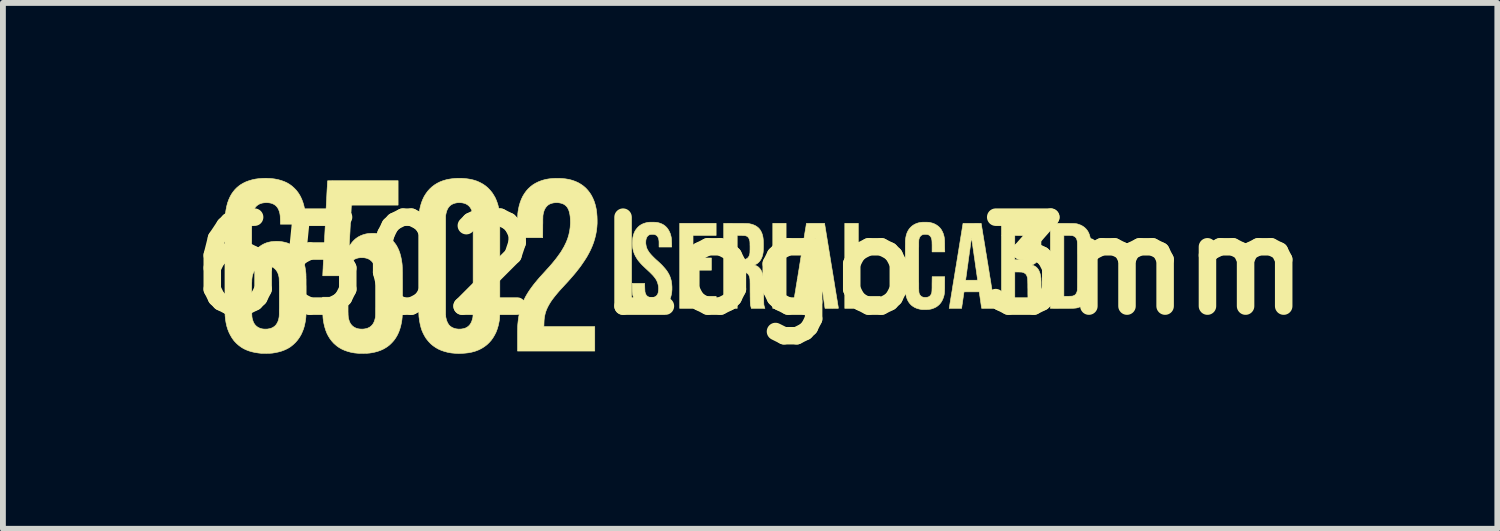
<source format=kicad_pcb>
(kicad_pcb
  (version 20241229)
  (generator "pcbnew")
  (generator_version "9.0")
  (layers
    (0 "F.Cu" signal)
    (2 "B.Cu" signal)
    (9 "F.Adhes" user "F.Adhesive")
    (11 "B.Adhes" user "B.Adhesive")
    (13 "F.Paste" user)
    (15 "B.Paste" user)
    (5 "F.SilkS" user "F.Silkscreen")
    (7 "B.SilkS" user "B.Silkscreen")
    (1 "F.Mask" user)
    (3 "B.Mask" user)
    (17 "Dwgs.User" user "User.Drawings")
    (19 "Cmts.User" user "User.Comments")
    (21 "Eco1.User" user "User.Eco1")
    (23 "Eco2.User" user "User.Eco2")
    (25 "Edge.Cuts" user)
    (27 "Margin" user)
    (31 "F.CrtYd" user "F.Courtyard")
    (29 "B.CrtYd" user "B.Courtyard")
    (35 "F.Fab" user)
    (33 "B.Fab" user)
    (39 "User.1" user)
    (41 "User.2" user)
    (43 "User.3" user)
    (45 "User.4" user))
  (footprint "6502 Logo 3mm"
    (layer "F.Cu")
    (at 9.804 1.506)
    (property "Reference" "6502 Logo 3mm" (at 0 0 0) (layer "F.SilkS") (effects (font (size 1.524 1.524) (thickness 0.3))))
    (attr through_hole)
    (fp_poly (pts (xy 0.617 0.729) (xy 0.389 0.729) (xy 0.389 -0.729) (xy 0.617 -0.729) (xy 0.617 0.729)) (stroke (width 0.01) (type solid)) (fill yes) (layer "F.SilkS"))
    (fp_poly (pts (xy 1.854 0.521) (xy 2.23 0.521) (xy 2.23 0.729) (xy 1.623 0.729) (xy 1.623 -0.729) (xy 1.854 -0.729) (xy 1.854 0.521)) (stroke (width 0.01) (type solid)) (fill yes) (layer "F.SilkS"))
    (fp_poly (pts (xy -0.582 -0.521) (xy -0.978 -0.521) (xy -0.978 -0.135) (xy -0.663 -0.135) (xy -0.663 0.074) (xy -0.978 0.074) (xy -0.978 0.521) (xy -0.582 0.521) (xy -0.582 0.729) (xy -1.206 0.729) (xy -1.206 -0.729) (xy -0.582 -0.729) (xy -0.582 -0.521)) (stroke (width 0.01) (type solid)) (fill yes) (layer "F.SilkS"))
    (fp_poly (pts (xy 1.394 -0.004) (xy 1.404 0.056) (xy 1.414 0.114) (xy 1.423 0.171) (xy 1.432 0.227) (xy 1.441 0.281) (xy 1.449 0.332) (xy 1.457 0.382) (xy 1.465 0.428) (xy 1.472 0.473) (xy 1.479 0.514) (xy 1.485 0.552) (xy 1.491 0.587) (xy 1.496 0.618) (xy 1.5 0.646) (xy 1.504 0.67) (xy 1.508 0.69) (xy 1.51 0.705) (xy 1.512 0.717) (xy 1.513 0.723) (xy 1.513 0.725) (xy 1.513 0.726) (xy 1.513 0.726) (xy 1.511 0.727) (xy 1.507 0.728) (xy 1.501 0.728) (xy 1.493 0.728) (xy 1.482 0.729) (xy 1.468 0.729) (xy 1.449 0.729) (xy 1.427 0.729) (xy 1.4 0.728) (xy 1.399 0.728) (xy 1.284 0.728) (xy 1.264 0.586) (xy 1.244 0.445) (xy 1.114 0.445) (xy 1.083 0.445) (xy 1.058 0.445) (xy 1.036 0.445) (xy 1.019 0.445) (xy 1.006 0.445) (xy 0.996 0.446) (xy 0.989 0.446) (xy 0.985 0.447) (xy 0.983 0.447) (xy 0.982 0.448) (xy 0.982 0.451) (xy 0.981 0.458) (xy 0.979 0.47) (xy 0.976 0.485) (xy 0.974 0.504) (xy 0.971 0.525) (xy 0.967 0.548) (xy 0.964 0.574) (xy 0.961 0.59) (xy 0.941 0.729) (xy 0.835 0.729) (xy 0.812 0.729) (xy 0.791 0.729) (xy 0.773 0.729) (xy 0.756 0.728) (xy 0.744 0.728) (xy 0.734 0.728) (xy 0.73 0.727) (xy 0.729 0.727) (xy 0.729 0.725) (xy 0.731 0.717) (xy 0.733 0.705) (xy 0.735 0.689) (xy 0.739 0.668) (xy 0.743 0.643) (xy 0.747 0.615) (xy 0.752 0.583) (xy 0.758 0.547) (xy 0.764 0.508) (xy 0.771 0.466) (xy 0.779 0.422) (xy 0.786 0.374) (xy 0.794 0.324) (xy 0.803 0.272) (xy 0.807 0.246) (xy 1.011 0.246) (xy 1.216 0.246) (xy 1.21 0.206) (xy 1.207 0.183) (xy 1.203 0.156) (xy 1.199 0.127) (xy 1.195 0.096) (xy 1.19 0.063) (xy 1.185 0.028) (xy 1.18 -0.008) (xy 1.175 -0.045) (xy 1.17 -0.082) (xy 1.164 -0.12) (xy 1.159 -0.157) (xy 1.154 -0.194) (xy 1.149 -0.23) (xy 1.144 -0.265) (xy 1.139 -0.298) (xy 1.134 -0.33) (xy 1.13 -0.359) (xy 1.126 -0.386) (xy 1.123 -0.41) (xy 1.12 -0.43) (xy 1.117 -0.447) (xy 1.116 -0.461) (xy 1.114 -0.47) (xy 1.113 -0.474) (xy 1.113 -0.475) (xy 1.111 -0.474) (xy 1.111 -0.474) (xy 1.11 -0.472) (xy 1.109 -0.464) (xy 1.107 -0.453) (xy 1.105 -0.437) (xy 1.102 -0.418) (xy 1.099 -0.395) (xy 1.095 -0.369) (xy 1.091 -0.341) (xy 1.087 -0.311) (xy 1.083 -0.278) (xy 1.078 -0.245) (xy 1.073 -0.209) (xy 1.068 -0.173) (xy 1.063 -0.137) (xy 1.058 -0.1) (xy 1.052 -0.063) (xy 1.047 -0.027) (xy 1.042 0.008) (xy 1.038 0.042) (xy 1.033 0.075) (xy 1.029 0.105) (xy 1.025 0.134) (xy 1.022 0.159) (xy 1.019 0.182) (xy 1.016 0.202) (xy 1.014 0.218) (xy 1.012 0.23) (xy 1.011 0.238) (xy 1.011 0.241) (xy 1.011 0.246) (xy 0.807 0.246) (xy 0.812 0.218) (xy 0.821 0.162) (xy 0.83 0.105) (xy 0.84 0.046) (xy 0.847 -0.000164) (xy 0.857 -0.06) (xy 0.866 -0.119) (xy 0.876 -0.176) (xy 0.885 -0.232) (xy 0.893 -0.285) (xy 0.902 -0.337) (xy 0.91 -0.386) (xy 0.917 -0.433) (xy 0.925 -0.477) (xy 0.931 -0.518) (xy 0.937 -0.556) (xy 0.943 -0.591) (xy 0.948 -0.622) (xy 0.953 -0.65) (xy 0.957 -0.674) (xy 0.96 -0.693) (xy 0.962 -0.709) (xy 0.964 -0.72) (xy 0.965 -0.726) (xy 0.965 -0.727) (xy 0.968 -0.728) (xy 0.975 -0.728) (xy 0.986 -0.728) (xy 1.001 -0.728) (xy 1.02 -0.729) (xy 1.041 -0.729) (xy 1.065 -0.729) (xy 1.091 -0.729) (xy 1.118 -0.729) (xy 1.276 -0.729) (xy 1.394 -0.004)) (stroke (width 0.01) (type solid)) (fill yes) (layer "F.SilkS"))
    (fp_poly (pts (xy 5.355 -0.728) (xy 5.394 -0.728) (xy 5.428 -0.728) (xy 5.458 -0.728) (xy 5.483 -0.727) (xy 5.506 -0.727) (xy 5.525 -0.727) (xy 5.541 -0.726) (xy 5.555 -0.726) (xy 5.567 -0.725) (xy 5.577 -0.724) (xy 5.586 -0.723) (xy 5.594 -0.721) (xy 5.602 -0.72) (xy 5.609 -0.718) (xy 5.617 -0.716) (xy 5.625 -0.713) (xy 5.631 -0.711) (xy 5.667 -0.698) (xy 5.7 -0.68) (xy 5.73 -0.659) (xy 5.756 -0.634) (xy 5.779 -0.606) (xy 5.798 -0.574) (xy 5.798 -0.573) (xy 5.804 -0.56) (xy 5.811 -0.543) (xy 5.817 -0.525) (xy 5.822 -0.507) (xy 5.827 -0.49) (xy 5.828 -0.485) (xy 5.829 -0.479) (xy 5.83 -0.472) (xy 5.831 -0.466) (xy 5.832 -0.46) (xy 5.833 -0.453) (xy 5.834 -0.446) (xy 5.835 -0.438) (xy 5.835 -0.428) (xy 5.836 -0.418) (xy 5.836 -0.405) (xy 5.837 -0.391) (xy 5.837 -0.375) (xy 5.837 -0.356) (xy 5.838 -0.334) (xy 5.838 -0.31) (xy 5.838 -0.282) (xy 5.838 -0.251) (xy 5.838 -0.217) (xy 5.838 -0.178) (xy 5.838 -0.135) (xy 5.838 -0.088) (xy 5.838 -0.036) (xy 5.838 0) (xy 5.838 0.055) (xy 5.838 0.105) (xy 5.838 0.151) (xy 5.838 0.192) (xy 5.838 0.229) (xy 5.838 0.262) (xy 5.838 0.292) (xy 5.838 0.319) (xy 5.838 0.342) (xy 5.837 0.363) (xy 5.837 0.381) (xy 5.837 0.396) (xy 5.836 0.41) (xy 5.836 0.422) (xy 5.835 0.432) (xy 5.835 0.441) (xy 5.834 0.449) (xy 5.833 0.456) (xy 5.832 0.462) (xy 5.831 0.468) (xy 5.83 0.474) (xy 5.829 0.481) (xy 5.828 0.485) (xy 5.824 0.5) (xy 5.819 0.518) (xy 5.813 0.536) (xy 5.806 0.554) (xy 5.8 0.568) (xy 5.798 0.573) (xy 5.779 0.605) (xy 5.757 0.633) (xy 5.731 0.658) (xy 5.701 0.68) (xy 5.668 0.697) (xy 5.632 0.711) (xy 5.631 0.711) (xy 5.622 0.714) (xy 5.614 0.716) (xy 5.607 0.719) (xy 5.599 0.72) (xy 5.591 0.722) (xy 5.583 0.723) (xy 5.574 0.724) (xy 5.563 0.725) (xy 5.55 0.726) (xy 5.536 0.727) (xy 5.518 0.727) (xy 5.498 0.727) (xy 5.475 0.728) (xy 5.447 0.728) (xy 5.416 0.728) (xy 5.38 0.728) (xy 5.355 0.728) (xy 5.146 0.729) (xy 5.146 -0.521) (xy 5.377 -0.521) (xy 5.377 0.521) (xy 5.445 0.521) (xy 5.467 0.521) (xy 5.485 0.52) (xy 5.499 0.52) (xy 5.51 0.519) (xy 5.518 0.519) (xy 5.525 0.517) (xy 5.528 0.517) (xy 5.549 0.509) (xy 5.567 0.499) (xy 5.581 0.485) (xy 5.592 0.468) (xy 5.601 0.447) (xy 5.605 0.43) (xy 5.606 0.428) (xy 5.606 0.424) (xy 5.607 0.42) (xy 5.607 0.416) (xy 5.608 0.41) (xy 5.608 0.403) (xy 5.608 0.394) (xy 5.608 0.383) (xy 5.609 0.371) (xy 5.609 0.356) (xy 5.609 0.338) (xy 5.609 0.318) (xy 5.609 0.294) (xy 5.609 0.268) (xy 5.609 0.238) (xy 5.61 0.204) (xy 5.61 0.166) (xy 5.61 0.124) (xy 5.61 0.077) (xy 5.61 0.026) (xy 5.61 0) (xy 5.61 -0.054) (xy 5.61 -0.102) (xy 5.61 -0.147) (xy 5.61 -0.187) (xy 5.609 -0.222) (xy 5.609 -0.254) (xy 5.609 -0.282) (xy 5.609 -0.307) (xy 5.609 -0.329) (xy 5.609 -0.348) (xy 5.609 -0.364) (xy 5.609 -0.378) (xy 5.608 -0.389) (xy 5.608 -0.399) (xy 5.608 -0.407) (xy 5.607 -0.413) (xy 5.607 -0.418) (xy 5.606 -0.423) (xy 5.606 -0.426) (xy 5.605 -0.429) (xy 5.605 -0.43) (xy 5.598 -0.455) (xy 5.589 -0.474) (xy 5.576 -0.49) (xy 5.561 -0.503) (xy 5.542 -0.512) (xy 5.528 -0.517) (xy 5.522 -0.518) (xy 5.514 -0.519) (xy 5.504 -0.52) (xy 5.492 -0.52) (xy 5.476 -0.521) (xy 5.456 -0.521) (xy 5.445 -0.521) (xy 5.377 -0.521) (xy 5.146 -0.521) (xy 5.146 -0.729) (xy 5.355 -0.728)) (stroke (width 0.01) (type solid)) (fill yes) (layer "F.SilkS"))
    (fp_poly (pts (xy -0.246 -0.728) (xy -0.208 -0.728) (xy -0.176 -0.728) (xy -0.147 -0.728) (xy -0.123 -0.728) (xy -0.102 -0.727) (xy -0.085 -0.727) (xy -0.07 -0.727) (xy -0.058 -0.726) (xy -0.048 -0.726) (xy -0.039 -0.726) (xy -0.032 -0.725) (xy -0.026 -0.724) (xy -0.021 -0.724) (xy -0.016 -0.723) (xy -0.011 -0.722) (xy 0.028 -0.713) (xy 0.063 -0.701) (xy 0.095 -0.686) (xy 0.122 -0.668) (xy 0.146 -0.648) (xy 0.167 -0.624) (xy 0.184 -0.596) (xy 0.189 -0.587) (xy 0.199 -0.566) (xy 0.207 -0.545) (xy 0.213 -0.522) (xy 0.219 -0.498) (xy 0.223 -0.472) (xy 0.226 -0.443) (xy 0.227 -0.411) (xy 0.228 -0.374) (xy 0.228 -0.334) (xy 0.228 -0.324) (xy 0.227 -0.293) (xy 0.226 -0.266) (xy 0.225 -0.245) (xy 0.223 -0.228) (xy 0.222 -0.221) (xy 0.214 -0.183) (xy 0.203 -0.148) (xy 0.188 -0.116) (xy 0.171 -0.088) (xy 0.15 -0.064) (xy 0.127 -0.043) (xy 0.1 -0.027) (xy 0.095 -0.024) (xy 0.085 -0.019) (xy 0.08 -0.016) (xy 0.079 -0.013) (xy 0.083 -0.011) (xy 0.084 -0.011) (xy 0.089 -0.009) (xy 0.097 -0.006) (xy 0.107 -0.001) (xy 0.113 0.002) (xy 0.126 0.009) (xy 0.137 0.016) (xy 0.147 0.025) (xy 0.156 0.034) (xy 0.172 0.051) (xy 0.185 0.07) (xy 0.196 0.092) (xy 0.206 0.116) (xy 0.214 0.143) (xy 0.22 0.174) (xy 0.225 0.206) (xy 0.226 0.212) (xy 0.227 0.22) (xy 0.227 0.23) (xy 0.228 0.243) (xy 0.228 0.257) (xy 0.229 0.275) (xy 0.229 0.296) (xy 0.23 0.32) (xy 0.23 0.348) (xy 0.231 0.38) (xy 0.231 0.417) (xy 0.231 0.443) (xy 0.232 0.476) (xy 0.232 0.508) (xy 0.232 0.538) (xy 0.233 0.566) (xy 0.233 0.591) (xy 0.234 0.613) (xy 0.234 0.632) (xy 0.235 0.647) (xy 0.235 0.657) (xy 0.236 0.663) (xy 0.236 0.664) (xy 0.239 0.68) (xy 0.243 0.695) (xy 0.247 0.708) (xy 0.25 0.717) (xy 0.253 0.723) (xy 0.254 0.727) (xy 0.254 0.728) (xy 0.252 0.728) (xy 0.245 0.728) (xy 0.233 0.728) (xy 0.219 0.729) (xy 0.201 0.729) (xy 0.181 0.729) (xy 0.158 0.729) (xy 0.138 0.729) (xy 0.021 0.729) (xy 0.016 0.708) (xy 0.013 0.696) (xy 0.01 0.685) (xy 0.008 0.676) (xy 0.007 0.674) (xy 0.006 0.666) (xy 0.005 0.652) (xy 0.004 0.634) (xy 0.003 0.612) (xy 0.002 0.585) (xy 0.002 0.555) (xy 0.001 0.521) (xy 0.001 0.483) (xy 0.000246 0.442) (xy 0.0001 0.399) (xy 0.000087 0.387) (xy 0.000039 0.353) (xy -0.000069 0.324) (xy -0.000266 0.299) (xy -0.001 0.277) (xy -0.001 0.259) (xy -0.002 0.243) (xy -0.002 0.23) (xy -0.004 0.219) (xy -0.005 0.21) (xy -0.006 0.201) (xy -0.008 0.194) (xy -0.01 0.186) (xy -0.013 0.179) (xy -0.022 0.158) (xy -0.035 0.141) (xy -0.051 0.127) (xy -0.071 0.116) (xy -0.095 0.109) (xy -0.108 0.107) (xy -0.117 0.106) (xy -0.13 0.105) (xy -0.145 0.105) (xy -0.162 0.104) (xy -0.174 0.104) (xy -0.221 0.104) (xy -0.221 0.729) (xy -0.452 0.729) (xy -0.452 -0.521) (xy -0.221 -0.521) (xy -0.221 -0.104) (xy -0.162 -0.105) (xy -0.14 -0.105) (xy -0.122 -0.106) (xy -0.109 -0.107) (xy -0.098 -0.108) (xy -0.09 -0.11) (xy -0.088 -0.11) (xy -0.065 -0.119) (xy -0.047 -0.13) (xy -0.031 -0.146) (xy -0.019 -0.165) (xy -0.01 -0.188) (xy -0.006 -0.203) (xy -0.005 -0.21) (xy -0.004 -0.217) (xy -0.003 -0.224) (xy -0.002 -0.234) (xy -0.002 -0.246) (xy -0.002 -0.26) (xy -0.001 -0.278) (xy -0.001 -0.3) (xy -0.001 -0.315) (xy -0.001 -0.34) (xy -0.002 -0.36) (xy -0.002 -0.377) (xy -0.002 -0.391) (xy -0.003 -0.402) (xy -0.003 -0.411) (xy -0.004 -0.418) (xy -0.005 -0.425) (xy -0.006 -0.428) (xy -0.013 -0.453) (xy -0.022 -0.474) (xy -0.034 -0.491) (xy -0.049 -0.504) (xy -0.059 -0.509) (xy -0.067 -0.513) (xy -0.075 -0.515) (xy -0.084 -0.517) (xy -0.094 -0.519) (xy -0.107 -0.52) (xy -0.123 -0.52) (xy -0.143 -0.521) (xy -0.16 -0.521) (xy -0.221 -0.521) (xy -0.452 -0.521) (xy -0.452 -0.729) (xy -0.246 -0.728)) (stroke (width 0.01) (type solid)) (fill yes) (layer "F.SilkS"))
    (fp_poly (pts (xy -3.218 -1.497) (xy -3.163 -1.491) (xy -3.109 -1.482) (xy -3.098 -1.48) (xy -3.043 -1.465) (xy -2.991 -1.446) (xy -2.943 -1.424) (xy -2.897 -1.397) (xy -2.855 -1.367) (xy -2.816 -1.333) (xy -2.781 -1.295) (xy -2.749 -1.254) (xy -2.72 -1.209) (xy -2.695 -1.16) (xy -2.673 -1.108) (xy -2.655 -1.052) (xy -2.641 -0.993) (xy -2.635 -0.962) (xy -2.628 -0.906) (xy -2.623 -0.848) (xy -2.621 -0.788) (xy -2.621 -0.728) (xy -2.625 -0.669) (xy -2.631 -0.612) (xy -2.634 -0.593) (xy -2.646 -0.529) (xy -2.662 -0.466) (xy -2.681 -0.403) (xy -2.705 -0.34) (xy -2.732 -0.278) (xy -2.764 -0.215) (xy -2.799 -0.152) (xy -2.84 -0.088) (xy -2.885 -0.022) (xy -2.901 0.001) (xy -2.927 0.036) (xy -2.954 0.07) (xy -2.981 0.105) (xy -3.01 0.14) (xy -3.041 0.176) (xy -3.074 0.214) (xy -3.11 0.255) (xy -3.149 0.298) (xy -3.17 0.32) (xy -3.198 0.351) (xy -3.224 0.379) (xy -3.247 0.404) (xy -3.267 0.426) (xy -3.285 0.447) (xy -3.302 0.467) (xy -3.318 0.486) (xy -3.333 0.504) (xy -3.348 0.523) (xy -3.359 0.537) (xy -3.392 0.58) (xy -3.42 0.621) (xy -3.444 0.661) (xy -3.465 0.699) (xy -3.483 0.737) (xy -3.498 0.775) (xy -3.51 0.813) (xy -3.519 0.852) (xy -3.52 0.857) (xy -3.523 0.875) (xy -3.526 0.893) (xy -3.528 0.911) (xy -3.53 0.932) (xy -3.531 0.955) (xy -3.532 0.982) (xy -3.532 0.986) (xy -3.534 1.041) (xy -2.662 1.041) (xy -2.662 1.46) (xy -3.985 1.46) (xy -3.985 1.263) (xy -3.985 1.222) (xy -3.985 1.186) (xy -3.985 1.154) (xy -3.985 1.125) (xy -3.984 1.1) (xy -3.984 1.078) (xy -3.983 1.058) (xy -3.983 1.04) (xy -3.982 1.023) (xy -3.981 1.008) (xy -3.98 0.993) (xy -3.978 0.978) (xy -3.977 0.963) (xy -3.976 0.956) (xy -3.966 0.879) (xy -3.951 0.805) (xy -3.932 0.734) (xy -3.91 0.666) (xy -3.883 0.601) (xy -3.853 0.539) (xy -3.847 0.528) (xy -3.824 0.488) (xy -3.8 0.449) (xy -3.774 0.41) (xy -3.746 0.371) (xy -3.716 0.331) (xy -3.683 0.289) (xy -3.647 0.246) (xy -3.609 0.201) (xy -3.566 0.154) (xy -3.536 0.121) (xy -3.489 0.069) (xy -3.445 0.021) (xy -3.405 -0.025) (xy -3.369 -0.068) (xy -3.335 -0.11) (xy -3.305 -0.149) (xy -3.277 -0.188) (xy -3.251 -0.224) (xy -3.228 -0.26) (xy -3.207 -0.296) (xy -3.187 -0.33) (xy -3.179 -0.347) (xy -3.149 -0.408) (xy -3.125 -0.47) (xy -3.106 -0.534) (xy -3.092 -0.598) (xy -3.083 -0.663) (xy -3.079 -0.729) (xy -3.079 -0.751) (xy -3.08 -0.8) (xy -3.083 -0.844) (xy -3.089 -0.884) (xy -3.097 -0.921) (xy -3.107 -0.953) (xy -3.12 -0.981) (xy -3.135 -1.006) (xy -3.154 -1.027) (xy -3.174 -1.044) (xy -3.198 -1.059) (xy -3.216 -1.066) (xy -3.244 -1.075) (xy -3.275 -1.081) (xy -3.307 -1.084) (xy -3.339 -1.083) (xy -3.371 -1.079) (xy -3.401 -1.072) (xy -3.428 -1.062) (xy -3.437 -1.058) (xy -3.462 -1.042) (xy -3.483 -1.023) (xy -3.502 -1) (xy -3.518 -0.974) (xy -3.531 -0.944) (xy -3.541 -0.909) (xy -3.546 -0.885) (xy -3.547 -0.88) (xy -3.548 -0.874) (xy -3.549 -0.868) (xy -3.55 -0.862) (xy -3.55 -0.854) (xy -3.551 -0.845) (xy -3.551 -0.834) (xy -3.551 -0.82) (xy -3.552 -0.804) (xy -3.552 -0.785) (xy -3.552 -0.762) (xy -3.552 -0.735) (xy -3.553 -0.704) (xy -3.553 -0.67) (xy -3.554 -0.483) (xy -3.986 -0.483) (xy -3.985 -0.679) (xy -3.984 -0.717) (xy -3.984 -0.75) (xy -3.984 -0.779) (xy -3.984 -0.805) (xy -3.983 -0.827) (xy -3.983 -0.846) (xy -3.982 -0.863) (xy -3.981 -0.878) (xy -3.981 -0.891) (xy -3.98 -0.904) (xy -3.978 -0.915) (xy -3.977 -0.927) (xy -3.975 -0.939) (xy -3.973 -0.951) (xy -3.97 -0.965) (xy -3.969 -0.974) (xy -3.956 -1.034) (xy -3.939 -1.09) (xy -3.919 -1.143) (xy -3.895 -1.193) (xy -3.867 -1.239) (xy -3.836 -1.282) (xy -3.802 -1.321) (xy -3.764 -1.356) (xy -3.723 -1.388) (xy -3.679 -1.415) (xy -3.631 -1.439) (xy -3.58 -1.459) (xy -3.549 -1.469) (xy -3.499 -1.482) (xy -3.446 -1.491) (xy -3.39 -1.497) (xy -3.333 -1.5) (xy -3.275 -1.5) (xy -3.218 -1.497)) (stroke (width 0.01) (type solid)) (fill yes) (layer "F.SilkS"))
    (fp_poly (pts (xy -1.675 -0.748) (xy -1.65 -0.748) (xy -1.629 -0.747) (xy -1.612 -0.746) (xy -1.596 -0.744) (xy -1.582 -0.742) (xy -1.568 -0.738) (xy -1.553 -0.734) (xy -1.548 -0.732) (xy -1.513 -0.719) (xy -1.48 -0.701) (xy -1.451 -0.679) (xy -1.426 -0.654) (xy -1.404 -0.624) (xy -1.385 -0.591) (xy -1.369 -0.555) (xy -1.367 -0.547) (xy -1.361 -0.527) (xy -1.356 -0.509) (xy -1.352 -0.491) (xy -1.349 -0.473) (xy -1.347 -0.453) (xy -1.346 -0.43) (xy -1.345 -0.403) (xy -1.344 -0.389) (xy -1.343 -0.323) (xy -1.56 -0.323) (xy -1.56 -0.371) (xy -1.56 -0.4) (xy -1.561 -0.425) (xy -1.564 -0.446) (xy -1.567 -0.463) (xy -1.572 -0.478) (xy -1.575 -0.484) (xy -1.586 -0.503) (xy -1.599 -0.518) (xy -1.616 -0.529) (xy -1.635 -0.537) (xy -1.658 -0.54) (xy -1.681 -0.54) (xy -1.701 -0.539) (xy -1.717 -0.535) (xy -1.732 -0.53) (xy -1.744 -0.521) (xy -1.75 -0.516) (xy -1.763 -0.502) (xy -1.773 -0.484) (xy -1.781 -0.462) (xy -1.786 -0.438) (xy -1.788 -0.411) (xy -1.788 -0.384) (xy -1.784 -0.358) (xy -1.78 -0.335) (xy -1.774 -0.314) (xy -1.766 -0.293) (xy -1.756 -0.273) (xy -1.743 -0.252) (xy -1.729 -0.23) (xy -1.711 -0.208) (xy -1.69 -0.184) (xy -1.666 -0.159) (xy -1.639 -0.132) (xy -1.608 -0.103) (xy -1.585 -0.083) (xy -1.545 -0.046) (xy -1.51 -0.012) (xy -1.479 0.022) (xy -1.452 0.053) (xy -1.428 0.084) (xy -1.408 0.115) (xy -1.391 0.145) (xy -1.376 0.176) (xy -1.365 0.207) (xy -1.355 0.239) (xy -1.35 0.262) (xy -1.343 0.31) (xy -1.339 0.359) (xy -1.339 0.407) (xy -1.343 0.454) (xy -1.351 0.499) (xy -1.362 0.541) (xy -1.363 0.543) (xy -1.375 0.575) (xy -1.39 0.604) (xy -1.407 0.63) (xy -1.429 0.655) (xy -1.429 0.655) (xy -1.454 0.679) (xy -1.481 0.699) (xy -1.511 0.715) (xy -1.543 0.729) (xy -1.58 0.739) (xy -1.593 0.742) (xy -1.602 0.744) (xy -1.613 0.745) (xy -1.625 0.746) (xy -1.64 0.747) (xy -1.658 0.748) (xy -1.675 0.748) (xy -1.692 0.748) (xy -1.708 0.748) (xy -1.721 0.748) (xy -1.732 0.748) (xy -1.738 0.748) (xy -1.74 0.748) (xy -1.745 0.747) (xy -1.754 0.745) (xy -1.765 0.744) (xy -1.77 0.743) (xy -1.809 0.734) (xy -1.845 0.721) (xy -1.878 0.704) (xy -1.907 0.683) (xy -1.933 0.658) (xy -1.957 0.629) (xy -1.976 0.597) (xy -1.993 0.56) (xy -2.005 0.522) (xy -2.009 0.506) (xy -2.013 0.49) (xy -2.015 0.474) (xy -2.017 0.457) (xy -2.019 0.437) (xy -2.02 0.415) (xy -2.021 0.389) (xy -2.021 0.373) (xy -2.022 0.3) (xy -1.807 0.3) (xy -1.805 0.368) (xy -1.804 0.395) (xy -1.803 0.417) (xy -1.802 0.434) (xy -1.801 0.446) (xy -1.8 0.451) (xy -1.793 0.473) (xy -1.785 0.492) (xy -1.775 0.507) (xy -1.762 0.519) (xy -1.746 0.529) (xy -1.74 0.532) (xy -1.732 0.535) (xy -1.724 0.538) (xy -1.716 0.539) (xy -1.705 0.54) (xy -1.696 0.541) (xy -1.679 0.541) (xy -1.665 0.54) (xy -1.654 0.539) (xy -1.632 0.531) (xy -1.613 0.52) (xy -1.597 0.505) (xy -1.585 0.487) (xy -1.576 0.465) (xy -1.574 0.453) (xy -1.569 0.418) (xy -1.568 0.382) (xy -1.571 0.345) (xy -1.579 0.31) (xy -1.59 0.276) (xy -1.603 0.247) (xy -1.618 0.222) (xy -1.638 0.195) (xy -1.662 0.166) (xy -1.69 0.137) (xy -1.721 0.106) (xy -1.734 0.094) (xy -1.764 0.066) (xy -1.791 0.041) (xy -1.815 0.018) (xy -1.837 -0.003) (xy -1.855 -0.021) (xy -1.872 -0.039) (xy -1.887 -0.056) (xy -1.9 -0.072) (xy -1.913 -0.087) (xy -1.925 -0.103) (xy -1.936 -0.12) (xy -1.941 -0.127) (xy -1.965 -0.167) (xy -1.984 -0.207) (xy -1.999 -0.25) (xy -2.009 -0.294) (xy -2.015 -0.341) (xy -2.017 -0.388) (xy -2.015 -0.436) (xy -2.01 -0.481) (xy -2.001 -0.522) (xy -1.989 -0.56) (xy -1.973 -0.595) (xy -1.953 -0.626) (xy -1.93 -0.654) (xy -1.912 -0.672) (xy -1.887 -0.693) (xy -1.859 -0.71) (xy -1.829 -0.724) (xy -1.795 -0.735) (xy -1.76 -0.744) (xy -1.752 -0.745) (xy -1.743 -0.746) (xy -1.732 -0.747) (xy -1.719 -0.748) (xy -1.702 -0.748) (xy -1.682 -0.748) (xy -1.675 -0.748)) (stroke (width 0.01) (type solid)) (fill yes) (layer "F.SilkS"))
    (fp_poly (pts (xy 4.536 -0.729) (xy 4.57 -0.729) (xy 4.6 -0.729) (xy 4.626 -0.729) (xy 4.649 -0.728) (xy 4.668 -0.728) (xy 4.685 -0.727) (xy 4.7 -0.727) (xy 4.713 -0.726) (xy 4.724 -0.725) (xy 4.734 -0.723) (xy 4.744 -0.722) (xy 4.753 -0.72) (xy 4.763 -0.718) (xy 4.767 -0.717) (xy 4.805 -0.707) (xy 4.838 -0.694) (xy 4.868 -0.677) (xy 4.895 -0.657) (xy 4.917 -0.634) (xy 4.937 -0.606) (xy 4.953 -0.576) (xy 4.966 -0.541) (xy 4.977 -0.502) (xy 4.979 -0.49) (xy 4.98 -0.483) (xy 4.982 -0.476) (xy 4.983 -0.469) (xy 4.983 -0.461) (xy 4.984 -0.452) (xy 4.984 -0.441) (xy 4.984 -0.428) (xy 4.985 -0.412) (xy 4.985 -0.392) (xy 4.985 -0.368) (xy 4.985 -0.351) (xy 4.985 -0.323) (xy 4.985 -0.3) (xy 4.984 -0.281) (xy 4.984 -0.266) (xy 4.984 -0.253) (xy 4.983 -0.242) (xy 4.983 -0.234) (xy 4.982 -0.226) (xy 4.981 -0.219) (xy 4.98 -0.215) (xy 4.971 -0.176) (xy 4.959 -0.141) (xy 4.943 -0.109) (xy 4.925 -0.082) (xy 4.903 -0.058) (xy 4.878 -0.039) (xy 4.856 -0.026) (xy 4.847 -0.022) (xy 4.841 -0.018) (xy 4.837 -0.015) (xy 4.837 -0.014) (xy 4.84 -0.012) (xy 4.846 -0.009) (xy 4.853 -0.007) (xy 4.879 0.005) (xy 4.903 0.021) (xy 4.923 0.041) (xy 4.941 0.065) (xy 4.955 0.093) (xy 4.967 0.125) (xy 4.971 0.138) (xy 4.973 0.148) (xy 4.976 0.157) (xy 4.978 0.167) (xy 4.98 0.176) (xy 4.981 0.186) (xy 4.982 0.196) (xy 4.984 0.208) (xy 4.985 0.221) (xy 4.985 0.237) (xy 4.986 0.255) (xy 4.987 0.276) (xy 4.987 0.299) (xy 4.987 0.327) (xy 4.988 0.358) (xy 4.988 0.394) (xy 4.989 0.431) (xy 4.989 0.471) (xy 4.989 0.506) (xy 4.99 0.537) (xy 4.99 0.565) (xy 4.991 0.588) (xy 4.991 0.608) (xy 4.992 0.626) (xy 4.993 0.641) (xy 4.994 0.653) (xy 4.995 0.664) (xy 4.996 0.674) (xy 4.998 0.682) (xy 5 0.69) (xy 5.002 0.697) (xy 5.005 0.705) (xy 5.007 0.712) (xy 5.013 0.729) (xy 4.781 0.729) (xy 4.776 0.716) (xy 4.774 0.708) (xy 4.771 0.697) (xy 4.768 0.684) (xy 4.767 0.68) (xy 4.766 0.676) (xy 4.765 0.671) (xy 4.765 0.666) (xy 4.764 0.661) (xy 4.763 0.654) (xy 4.763 0.645) (xy 4.763 0.635) (xy 4.762 0.622) (xy 4.762 0.607) (xy 4.761 0.589) (xy 4.761 0.568) (xy 4.761 0.543) (xy 4.761 0.514) (xy 4.76 0.48) (xy 4.76 0.442) (xy 4.76 0.442) (xy 4.76 0.403) (xy 4.759 0.368) (xy 4.759 0.338) (xy 4.759 0.312) (xy 4.758 0.29) (xy 4.758 0.27) (xy 4.757 0.254) (xy 4.757 0.24) (xy 4.756 0.229) (xy 4.755 0.219) (xy 4.754 0.211) (xy 4.753 0.204) (xy 4.752 0.198) (xy 4.75 0.192) (xy 4.748 0.187) (xy 4.746 0.181) (xy 4.746 0.179) (xy 4.737 0.158) (xy 4.725 0.141) (xy 4.709 0.128) (xy 4.69 0.117) (xy 4.67 0.11) (xy 4.663 0.109) (xy 4.654 0.107) (xy 4.643 0.106) (xy 4.628 0.106) (xy 4.609 0.105) (xy 4.595 0.105) (xy 4.536 0.104) (xy 4.536 0.729) (xy 4.308 0.729) (xy 4.308 -0.104) (xy 4.536 -0.104) (xy 4.597 -0.105) (xy 4.621 -0.106) (xy 4.64 -0.106) (xy 4.655 -0.108) (xy 4.665 -0.109) (xy 4.67 -0.11) (xy 4.693 -0.119) (xy 4.712 -0.13) (xy 4.728 -0.145) (xy 4.74 -0.164) (xy 4.749 -0.187) (xy 4.75 -0.192) (xy 4.752 -0.198) (xy 4.753 -0.204) (xy 4.754 -0.21) (xy 4.755 -0.217) (xy 4.755 -0.227) (xy 4.756 -0.239) (xy 4.756 -0.254) (xy 4.756 -0.272) (xy 4.757 -0.295) (xy 4.757 -0.303) (xy 4.757 -0.328) (xy 4.757 -0.35) (xy 4.757 -0.367) (xy 4.757 -0.381) (xy 4.756 -0.393) (xy 4.756 -0.403) (xy 4.755 -0.411) (xy 4.754 -0.419) (xy 4.749 -0.444) (xy 4.742 -0.464) (xy 4.733 -0.481) (xy 4.721 -0.494) (xy 4.707 -0.505) (xy 4.689 -0.514) (xy 4.689 -0.514) (xy 4.685 -0.515) (xy 4.68 -0.517) (xy 4.675 -0.518) (xy 4.668 -0.518) (xy 4.659 -0.519) (xy 4.647 -0.519) (xy 4.632 -0.52) (xy 4.613 -0.52) (xy 4.606 -0.52) (xy 4.536 -0.521) (xy 4.536 -0.104) (xy 4.308 -0.104) (xy 4.308 -0.729) (xy 4.497 -0.729) (xy 4.536 -0.729)) (stroke (width 0.01) (type solid)) (fill yes) (layer "F.SilkS"))
    (fp_poly (pts (xy 3.961 -0.722) (xy 3.961 -0.719) (xy 3.963 -0.711) (xy 3.965 -0.698) (xy 3.968 -0.681) (xy 3.971 -0.66) (xy 3.975 -0.636) (xy 3.98 -0.607) (xy 3.985 -0.576) (xy 3.99 -0.541) (xy 3.997 -0.504) (xy 4.003 -0.464) (xy 4.01 -0.422) (xy 4.017 -0.378) (xy 4.025 -0.332) (xy 4.032 -0.284) (xy 4.04 -0.235) (xy 4.049 -0.185) (xy 4.057 -0.134) (xy 4.065 -0.082) (xy 4.074 -0.03) (xy 4.082 0.022) (xy 4.091 0.075) (xy 4.099 0.126) (xy 4.107 0.178) (xy 4.116 0.228) (xy 4.124 0.277) (xy 4.131 0.325) (xy 4.139 0.372) (xy 4.146 0.416) (xy 4.153 0.459) (xy 4.16 0.5) (xy 4.166 0.537) (xy 4.171 0.573) (xy 4.177 0.605) (xy 4.181 0.634) (xy 4.185 0.659) (xy 4.189 0.681) (xy 4.192 0.698) (xy 4.194 0.712) (xy 4.195 0.721) (xy 4.196 0.725) (xy 4.196 0.726) (xy 4.195 0.727) (xy 4.192 0.727) (xy 4.186 0.728) (xy 4.177 0.728) (xy 4.165 0.729) (xy 4.149 0.729) (xy 4.129 0.729) (xy 4.104 0.729) (xy 4.082 0.729) (xy 4.056 0.729) (xy 4.033 0.729) (xy 4.013 0.729) (xy 3.996 0.728) (xy 3.982 0.728) (xy 3.973 0.727) (xy 3.968 0.727) (xy 3.967 0.727) (xy 3.967 0.724) (xy 3.966 0.716) (xy 3.965 0.705) (xy 3.962 0.691) (xy 3.96 0.673) (xy 3.957 0.654) (xy 3.954 0.633) (xy 3.951 0.61) (xy 3.948 0.588) (xy 3.944 0.565) (xy 3.941 0.543) (xy 3.938 0.522) (xy 3.935 0.503) (xy 3.933 0.486) (xy 3.931 0.472) (xy 3.929 0.461) (xy 3.928 0.454) (xy 3.928 0.453) (xy 3.927 0.445) (xy 3.796 0.445) (xy 3.765 0.445) (xy 3.737 0.445) (xy 3.714 0.445) (xy 3.695 0.445) (xy 3.681 0.446) (xy 3.671 0.446) (xy 3.666 0.447) (xy 3.665 0.447) (xy 3.665 0.45) (xy 3.664 0.457) (xy 3.662 0.469) (xy 3.66 0.484) (xy 3.657 0.503) (xy 3.654 0.524) (xy 3.651 0.547) (xy 3.647 0.572) (xy 3.645 0.588) (xy 3.641 0.614) (xy 3.638 0.639) (xy 3.634 0.661) (xy 3.631 0.681) (xy 3.629 0.698) (xy 3.627 0.712) (xy 3.626 0.722) (xy 3.625 0.727) (xy 3.625 0.728) (xy 3.622 0.728) (xy 3.615 0.729) (xy 3.604 0.729) (xy 3.59 0.729) (xy 3.572 0.729) (xy 3.552 0.729) (xy 3.53 0.729) (xy 3.518 0.729) (xy 3.412 0.729) (xy 3.413 0.722) (xy 3.414 0.719) (xy 3.415 0.711) (xy 3.417 0.699) (xy 3.42 0.682) (xy 3.423 0.661) (xy 3.427 0.635) (xy 3.432 0.607) (xy 3.437 0.574) (xy 3.443 0.538) (xy 3.449 0.499) (xy 3.456 0.457) (xy 3.464 0.412) (xy 3.471 0.364) (xy 3.479 0.314) (xy 3.488 0.262) (xy 3.49 0.246) (xy 3.693 0.246) (xy 3.796 0.246) (xy 3.818 0.246) (xy 3.839 0.246) (xy 3.857 0.246) (xy 3.873 0.246) (xy 3.885 0.245) (xy 3.894 0.245) (xy 3.898 0.245) (xy 3.899 0.244) (xy 3.899 0.241) (xy 3.897 0.234) (xy 3.896 0.221) (xy 3.894 0.205) (xy 3.891 0.186) (xy 3.888 0.163) (xy 3.884 0.137) (xy 3.88 0.108) (xy 3.876 0.078) (xy 3.871 0.045) (xy 3.866 0.011) (xy 3.861 -0.024) (xy 3.856 -0.06) (xy 3.851 -0.097) (xy 3.846 -0.134) (xy 3.84 -0.17) (xy 3.835 -0.207) (xy 3.83 -0.242) (xy 3.825 -0.276) (xy 3.82 -0.308) (xy 3.816 -0.339) (xy 3.812 -0.367) (xy 3.808 -0.393) (xy 3.805 -0.416) (xy 3.802 -0.436) (xy 3.8 -0.452) (xy 3.798 -0.464) (xy 3.797 -0.471) (xy 3.796 -0.474) (xy 3.796 -0.474) (xy 3.794 -0.475) (xy 3.794 -0.475) (xy 3.793 -0.472) (xy 3.792 -0.465) (xy 3.79 -0.453) (xy 3.788 -0.437) (xy 3.785 -0.417) (xy 3.782 -0.394) (xy 3.778 -0.367) (xy 3.774 -0.337) (xy 3.77 -0.305) (xy 3.765 -0.27) (xy 3.759 -0.232) (xy 3.754 -0.193) (xy 3.748 -0.153) (xy 3.744 -0.122) (xy 3.738 -0.08) (xy 3.733 -0.04) (xy 3.727 -0.001) (xy 3.722 0.036) (xy 3.717 0.071) (xy 3.713 0.104) (xy 3.709 0.133) (xy 3.705 0.16) (xy 3.702 0.183) (xy 3.699 0.202) (xy 3.697 0.218) (xy 3.695 0.229) (xy 3.694 0.236) (xy 3.694 0.238) (xy 3.693 0.246) (xy 3.49 0.246) (xy 3.497 0.208) (xy 3.506 0.152) (xy 3.515 0.094) (xy 3.525 0.035) (xy 3.532 -0.006) (xy 3.649 -0.728) (xy 3.804 -0.728) (xy 3.959 -0.729) (xy 3.961 -0.722)) (stroke (width 0.01) (type solid)) (fill yes) (layer "F.SilkS"))
    (fp_poly (pts (xy 3.028 -0.748) (xy 3.048 -0.747) (xy 3.066 -0.746) (xy 3.08 -0.744) (xy 3.082 -0.743) (xy 3.123 -0.733) (xy 3.16 -0.719) (xy 3.193 -0.701) (xy 3.223 -0.68) (xy 3.25 -0.655) (xy 3.273 -0.626) (xy 3.292 -0.593) (xy 3.308 -0.558) (xy 3.32 -0.519) (xy 3.323 -0.507) (xy 3.325 -0.495) (xy 3.328 -0.483) (xy 3.329 -0.471) (xy 3.331 -0.457) (xy 3.332 -0.442) (xy 3.333 -0.425) (xy 3.333 -0.404) (xy 3.334 -0.38) (xy 3.334 -0.352) (xy 3.334 -0.344) (xy 3.336 -0.239) (xy 3.119 -0.239) (xy 3.119 -0.318) (xy 3.119 -0.339) (xy 3.119 -0.36) (xy 3.118 -0.38) (xy 3.118 -0.398) (xy 3.117 -0.413) (xy 3.117 -0.424) (xy 3.117 -0.426) (xy 3.113 -0.453) (xy 3.107 -0.475) (xy 3.099 -0.493) (xy 3.088 -0.509) (xy 3.075 -0.521) (xy 3.063 -0.529) (xy 3.049 -0.535) (xy 3.034 -0.538) (xy 3.015 -0.54) (xy 3.01 -0.54) (xy 2.984 -0.54) (xy 2.961 -0.536) (xy 2.942 -0.528) (xy 2.926 -0.516) (xy 2.913 -0.501) (xy 2.902 -0.481) (xy 2.894 -0.457) (xy 2.894 -0.456) (xy 2.893 -0.453) (xy 2.893 -0.451) (xy 2.892 -0.447) (xy 2.892 -0.443) (xy 2.891 -0.438) (xy 2.891 -0.431) (xy 2.891 -0.423) (xy 2.89 -0.413) (xy 2.89 -0.401) (xy 2.89 -0.387) (xy 2.89 -0.371) (xy 2.89 -0.352) (xy 2.89 -0.33) (xy 2.889 -0.304) (xy 2.889 -0.276) (xy 2.889 -0.244) (xy 2.889 -0.207) (xy 2.889 -0.167) (xy 2.889 -0.123) (xy 2.889 -0.074) (xy 2.889 -0.02) (xy 2.889 -0.003) (xy 2.889 0.054) (xy 2.889 0.105) (xy 2.889 0.152) (xy 2.889 0.195) (xy 2.889 0.233) (xy 2.889 0.268) (xy 2.89 0.299) (xy 2.89 0.326) (xy 2.89 0.35) (xy 2.89 0.371) (xy 2.89 0.39) (xy 2.891 0.406) (xy 2.891 0.419) (xy 2.892 0.431) (xy 2.892 0.44) (xy 2.893 0.449) (xy 2.894 0.455) (xy 2.895 0.461) (xy 2.896 0.466) (xy 2.897 0.47) (xy 2.898 0.473) (xy 2.9 0.477) (xy 2.901 0.48) (xy 2.903 0.484) (xy 2.903 0.484) (xy 2.914 0.503) (xy 2.928 0.518) (xy 2.944 0.529) (xy 2.964 0.537) (xy 2.988 0.54) (xy 3.004 0.541) (xy 3.029 0.539) (xy 3.052 0.534) (xy 3.07 0.525) (xy 3.086 0.512) (xy 3.098 0.495) (xy 3.103 0.486) (xy 3.106 0.479) (xy 3.109 0.473) (xy 3.111 0.466) (xy 3.113 0.459) (xy 3.114 0.451) (xy 3.115 0.442) (xy 3.116 0.43) (xy 3.117 0.416) (xy 3.117 0.399) (xy 3.118 0.379) (xy 3.118 0.354) (xy 3.118 0.325) (xy 3.118 0.313) (xy 3.12 0.185) (xy 3.335 0.185) (xy 3.334 0.317) (xy 3.334 0.349) (xy 3.334 0.376) (xy 3.333 0.4) (xy 3.333 0.42) (xy 3.332 0.437) (xy 3.331 0.451) (xy 3.33 0.464) (xy 3.329 0.476) (xy 3.327 0.486) (xy 3.325 0.497) (xy 3.323 0.507) (xy 3.32 0.519) (xy 3.32 0.519) (xy 3.307 0.558) (xy 3.291 0.594) (xy 3.272 0.626) (xy 3.249 0.655) (xy 3.222 0.68) (xy 3.193 0.702) (xy 3.16 0.719) (xy 3.132 0.73) (xy 3.115 0.736) (xy 3.099 0.74) (xy 3.084 0.743) (xy 3.068 0.745) (xy 3.05 0.747) (xy 3.029 0.748) (xy 3.007 0.748) (xy 2.99 0.748) (xy 2.974 0.748) (xy 2.961 0.748) (xy 2.95 0.748) (xy 2.943 0.748) (xy 2.941 0.748) (xy 2.899 0.74) (xy 2.86 0.729) (xy 2.824 0.714) (xy 2.792 0.695) (xy 2.763 0.673) (xy 2.738 0.647) (xy 2.716 0.617) (xy 2.698 0.584) (xy 2.683 0.547) (xy 2.672 0.506) (xy 2.664 0.462) (xy 2.662 0.441) (xy 2.662 0.434) (xy 2.661 0.423) (xy 2.661 0.407) (xy 2.661 0.387) (xy 2.661 0.364) (xy 2.66 0.337) (xy 2.66 0.307) (xy 2.66 0.274) (xy 2.66 0.239) (xy 2.66 0.202) (xy 2.66 0.163) (xy 2.659 0.123) (xy 2.659 0.082) (xy 2.659 0.04) (xy 2.659 -0.002) (xy 2.659 -0.044) (xy 2.659 -0.086) (xy 2.659 -0.127) (xy 2.66 -0.167) (xy 2.66 -0.205) (xy 2.66 -0.242) (xy 2.66 -0.277) (xy 2.66 -0.309) (xy 2.66 -0.339) (xy 2.661 -0.366) (xy 2.661 -0.389) (xy 2.661 -0.408) (xy 2.661 -0.424) (xy 2.662 -0.435) (xy 2.662 -0.441) (xy 2.668 -0.486) (xy 2.677 -0.528) (xy 2.69 -0.567) (xy 2.707 -0.602) (xy 2.727 -0.633) (xy 2.751 -0.661) (xy 2.778 -0.685) (xy 2.809 -0.706) (xy 2.843 -0.723) (xy 2.881 -0.736) (xy 2.912 -0.743) (xy 2.925 -0.745) (xy 2.942 -0.747) (xy 2.962 -0.748) (xy 2.984 -0.748) (xy 3.006 -0.748) (xy 3.028 -0.748)) (stroke (width 0.01) (type solid)) (fill yes) (layer "F.SilkS"))
    (fp_poly (pts (xy -4.949 -1.501) (xy -4.891 -1.497) (xy -4.835 -1.49) (xy -4.781 -1.481) (xy -4.729 -1.468) (xy -4.681 -1.452) (xy -4.671 -1.448) (xy -4.622 -1.425) (xy -4.575 -1.399) (xy -4.532 -1.369) (xy -4.492 -1.335) (xy -4.456 -1.297) (xy -4.422 -1.256) (xy -4.393 -1.211) (xy -4.366 -1.164) (xy -4.344 -1.112) (xy -4.325 -1.058) (xy -4.31 -1.001) (xy -4.304 -0.97) (xy -4.303 -0.963) (xy -4.302 -0.956) (xy -4.3 -0.949) (xy -4.299 -0.943) (xy -4.298 -0.937) (xy -4.297 -0.931) (xy -4.296 -0.925) (xy -4.295 -0.919) (xy -4.295 -0.912) (xy -4.294 -0.904) (xy -4.293 -0.896) (xy -4.293 -0.886) (xy -4.292 -0.875) (xy -4.292 -0.863) (xy -4.291 -0.85) (xy -4.291 -0.834) (xy -4.29 -0.817) (xy -4.29 -0.798) (xy -4.29 -0.776) (xy -4.29 -0.753) (xy -4.289 -0.726) (xy -4.289 -0.697) (xy -4.289 -0.665) (xy -4.289 -0.63) (xy -4.289 -0.592) (xy -4.289 -0.55) (xy -4.289 -0.505) (xy -4.289 -0.456) (xy -4.289 -0.403) (xy -4.289 -0.346) (xy -4.289 -0.285) (xy -4.289 -0.219) (xy -4.289 -0.149) (xy -4.289 -0.074) (xy -4.289 0) (xy -4.289 0.08) (xy -4.289 0.154) (xy -4.289 0.224) (xy -4.289 0.289) (xy -4.289 0.35) (xy -4.289 0.407) (xy -4.289 0.459) (xy -4.289 0.508) (xy -4.289 0.553) (xy -4.289 0.595) (xy -4.289 0.633) (xy -4.289 0.667) (xy -4.289 0.699) (xy -4.289 0.728) (xy -4.29 0.754) (xy -4.29 0.778) (xy -4.29 0.799) (xy -4.29 0.818) (xy -4.291 0.835) (xy -4.291 0.851) (xy -4.292 0.864) (xy -4.292 0.876) (xy -4.293 0.887) (xy -4.293 0.896) (xy -4.294 0.905) (xy -4.295 0.912) (xy -4.295 0.919) (xy -4.296 0.926) (xy -4.297 0.932) (xy -4.298 0.938) (xy -4.299 0.944) (xy -4.3 0.95) (xy -4.302 0.956) (xy -4.303 0.963) (xy -4.304 0.97) (xy -4.317 1.029) (xy -4.334 1.085) (xy -4.354 1.138) (xy -4.379 1.187) (xy -4.407 1.234) (xy -4.438 1.277) (xy -4.473 1.316) (xy -4.511 1.352) (xy -4.553 1.384) (xy -4.597 1.412) (xy -4.645 1.437) (xy -4.696 1.457) (xy -4.726 1.467) (xy -4.777 1.48) (xy -4.831 1.49) (xy -4.887 1.496) (xy -4.945 1.5) (xy -5.003 1.501) (xy -5.061 1.498) (xy -5.124 1.492) (xy -5.183 1.481) (xy -5.239 1.466) (xy -5.292 1.448) (xy -5.342 1.426) (xy -5.389 1.399) (xy -5.432 1.369) (xy -5.473 1.335) (xy -5.509 1.297) (xy -5.543 1.255) (xy -5.557 1.236) (xy -5.582 1.194) (xy -5.604 1.151) (xy -5.624 1.105) (xy -5.64 1.055) (xy -5.653 1.003) (xy -5.664 0.947) (xy -5.672 0.886) (xy -5.674 0.876) (xy -5.674 0.871) (xy -5.674 0.867) (xy -5.675 0.862) (xy -5.675 0.856) (xy -5.675 0.85) (xy -5.676 0.843) (xy -5.676 0.834) (xy -5.676 0.824) (xy -5.677 0.813) (xy -5.677 0.8) (xy -5.677 0.786) (xy -5.677 0.769) (xy -5.677 0.751) (xy -5.677 0.73) (xy -5.678 0.706) (xy -5.678 0.68) (xy -5.678 0.651) (xy -5.678 0.619) (xy -5.678 0.584) (xy -5.678 0.546) (xy -5.678 0.504) (xy -5.678 0.458) (xy -5.678 0.409) (xy -5.678 0.355) (xy -5.678 0.298) (xy -5.678 0.236) (xy -5.678 0.169) (xy -5.678 0.098) (xy -5.678 0.022) (xy -5.678 0) (xy -5.678 -0.077) (xy -5.678 -0.15) (xy -5.678 -0.218) (xy -5.678 -0.281) (xy -5.678 -0.34) (xy -5.678 -0.394) (xy -5.678 -0.445) (xy -5.678 -0.491) (xy -5.678 -0.534) (xy -5.678 -0.574) (xy -5.678 -0.61) (xy -5.678 -0.643) (xy -5.678 -0.672) (xy -5.678 -0.699) (xy -5.677 -0.723) (xy -5.677 -0.745) (xy -5.677 -0.764) (xy -5.677 -0.782) (xy -5.677 -0.797) (xy -5.677 -0.81) (xy -5.676 -0.821) (xy -5.676 -0.832) (xy -5.676 -0.84) (xy -5.676 -0.848) (xy -5.675 -0.855) (xy -5.675 -0.857) (xy -5.218 -0.857) (xy -5.218 0.857) (xy -5.213 0.886) (xy -5.204 0.923) (xy -5.193 0.955) (xy -5.18 0.982) (xy -5.165 1.006) (xy -5.163 1.009) (xy -5.143 1.03) (xy -5.119 1.048) (xy -5.093 1.062) (xy -5.063 1.073) (xy -5.031 1.08) (xy -4.996 1.084) (xy -4.96 1.083) (xy -4.946 1.082) (xy -4.912 1.076) (xy -4.881 1.067) (xy -4.854 1.054) (xy -4.83 1.037) (xy -4.808 1.016) (xy -4.79 0.991) (xy -4.775 0.963) (xy -4.763 0.93) (xy -4.753 0.893) (xy -4.75 0.879) (xy -4.75 0.876) (xy -4.75 0.874) (xy -4.749 0.87) (xy -4.749 0.866) (xy -4.749 0.861) (xy -4.748 0.855) (xy -4.748 0.847) (xy -4.748 0.838) (xy -4.748 0.828) (xy -4.747 0.816) (xy -4.747 0.802) (xy -4.747 0.785) (xy -4.747 0.767) (xy -4.747 0.746) (xy -4.747 0.723) (xy -4.747 0.697) (xy -4.746 0.668) (xy -4.746 0.636) (xy -4.746 0.601) (xy -4.746 0.563) (xy -4.746 0.521) (xy -4.746 0.475) (xy -4.746 0.425) (xy -4.746 0.372) (xy -4.746 0.314) (xy -4.746 0.252) (xy -4.746 0.185) (xy -4.746 0.114) (xy -4.746 0.038) (xy -4.746 0) (xy -4.746 -0.079) (xy -4.746 -0.152) (xy -4.746 -0.221) (xy -4.746 -0.285) (xy -4.746 -0.345) (xy -4.746 -0.401) (xy -4.746 -0.452) (xy -4.746 -0.5) (xy -4.746 -0.543) (xy -4.746 -0.583) (xy -4.746 -0.62) (xy -4.746 -0.653) (xy -4.746 -0.684) (xy -4.747 -0.711) (xy -4.747 -0.736) (xy -4.747 -0.758) (xy -4.747 -0.777) (xy -4.747 -0.794) (xy -4.747 -0.809) (xy -4.747 -0.822) (xy -4.748 -0.833) (xy -4.748 -0.843) (xy -4.748 -0.851) (xy -4.748 -0.858) (xy -4.749 -0.864) (xy -4.749 -0.868) (xy -4.749 -0.872) (xy -4.75 -0.875) (xy -4.75 -0.878) (xy -4.75 -0.879) (xy -4.759 -0.917) (xy -4.77 -0.951) (xy -4.784 -0.981) (xy -4.801 -1.007) (xy -4.821 -1.029) (xy -4.844 -1.047) (xy -4.87 -1.062) (xy -4.9 -1.073) (xy -4.933 -1.08) (xy -4.953 -1.082) (xy -4.986 -1.084) (xy -5.019 -1.082) (xy -5.051 -1.076) (xy -5.08 -1.067) (xy -5.105 -1.056) (xy -5.13 -1.041) (xy -5.151 -1.022) (xy -5.169 -1.001) (xy -5.184 -0.975) (xy -5.197 -0.946) (xy -5.207 -0.912) (xy -5.213 -0.886) (xy -5.218 -0.857) (xy -5.675 -0.857) (xy -5.675 -0.86) (xy -5.675 -0.865) (xy -5.674 -0.87) (xy -5.674 -0.874) (xy -5.674 -0.876) (xy -5.668 -0.924) (xy -5.661 -0.969) (xy -5.652 -1.011) (xy -5.641 -1.051) (xy -5.63 -1.087) (xy -5.609 -1.14) (xy -5.585 -1.19) (xy -5.556 -1.236) (xy -5.525 -1.279) (xy -5.489 -1.319) (xy -5.45 -1.355) (xy -5.408 -1.387) (xy -5.363 -1.415) (xy -5.315 -1.439) (xy -5.263 -1.459) (xy -5.209 -1.475) (xy -5.179 -1.482) (xy -5.123 -1.491) (xy -5.065 -1.498) (xy -5.007 -1.501) (xy -4.949 -1.501)) (stroke (width 0.01) (type solid)) (fill yes) (layer "F.SilkS"))
    (fp_poly (pts (xy -6.032 -1.041) (xy -6.433 -1.041) (xy -6.477 -1.041) (xy -6.52 -1.041) (xy -6.562 -1.041) (xy -6.602 -1.041) (xy -6.639 -1.041) (xy -6.674 -1.041) (xy -6.706 -1.041) (xy -6.735 -1.041) (xy -6.761 -1.041) (xy -6.784 -1.041) (xy -6.802 -1.041) (xy -6.816 -1.04) (xy -6.826 -1.04) (xy -6.832 -1.04) (xy -6.833 -1.04) (xy -6.833 -1.037) (xy -6.833 -1.029) (xy -6.834 -1.017) (xy -6.835 -1.001) (xy -6.836 -0.981) (xy -6.837 -0.958) (xy -6.838 -0.932) (xy -6.84 -0.903) (xy -6.841 -0.873) (xy -6.843 -0.84) (xy -6.845 -0.806) (xy -6.847 -0.771) (xy -6.849 -0.736) (xy -6.851 -0.7) (xy -6.853 -0.664) (xy -6.855 -0.628) (xy -6.856 -0.593) (xy -6.858 -0.559) (xy -6.86 -0.527) (xy -6.862 -0.496) (xy -6.863 -0.468) (xy -6.865 -0.442) (xy -6.866 -0.419) (xy -6.867 -0.4) (xy -6.868 -0.384) (xy -6.869 -0.372) (xy -6.869 -0.364) (xy -6.869 -0.361) (xy -6.87 -0.352) (xy -6.868 -0.347) (xy -6.866 -0.346) (xy -6.861 -0.349) (xy -6.855 -0.357) (xy -6.846 -0.369) (xy -6.846 -0.369) (xy -6.818 -0.407) (xy -6.787 -0.44) (xy -6.753 -0.47) (xy -6.716 -0.495) (xy -6.676 -0.516) (xy -6.633 -0.533) (xy -6.587 -0.546) (xy -6.55 -0.553) (xy -6.532 -0.555) (xy -6.511 -0.556) (xy -6.487 -0.557) (xy -6.463 -0.558) (xy -6.438 -0.557) (xy -6.414 -0.556) (xy -6.393 -0.555) (xy -6.378 -0.553) (xy -6.338 -0.546) (xy -6.302 -0.536) (xy -6.268 -0.525) (xy -6.236 -0.511) (xy -6.23 -0.508) (xy -6.191 -0.486) (xy -6.155 -0.459) (xy -6.122 -0.428) (xy -6.092 -0.394) (xy -6.064 -0.355) (xy -6.04 -0.312) (xy -6.019 -0.266) (xy -6.001 -0.216) (xy -5.986 -0.161) (xy -5.974 -0.103) (xy -5.972 -0.087) (xy -5.97 -0.075) (xy -5.968 -0.064) (xy -5.967 -0.054) (xy -5.965 -0.043) (xy -5.964 -0.033) (xy -5.963 -0.022) (xy -5.962 -0.01) (xy -5.961 0.003) (xy -5.961 0.017) (xy -5.96 0.032) (xy -5.96 0.05) (xy -5.959 0.069) (xy -5.959 0.092) (xy -5.958 0.117) (xy -5.958 0.145) (xy -5.958 0.176) (xy -5.958 0.211) (xy -5.957 0.25) (xy -5.957 0.293) (xy -5.957 0.341) (xy -5.957 0.384) (xy -5.957 0.443) (xy -5.957 0.497) (xy -5.957 0.547) (xy -5.957 0.593) (xy -5.957 0.635) (xy -5.957 0.673) (xy -5.957 0.707) (xy -5.957 0.738) (xy -5.958 0.766) (xy -5.958 0.792) (xy -5.959 0.815) (xy -5.96 0.836) (xy -5.961 0.855) (xy -5.962 0.873) (xy -5.963 0.889) (xy -5.965 0.904) (xy -5.966 0.918) (xy -5.968 0.932) (xy -5.97 0.945) (xy -5.972 0.958) (xy -5.974 0.97) (xy -5.987 1.03) (xy -6.003 1.086) (xy -6.023 1.14) (xy -6.047 1.19) (xy -6.074 1.236) (xy -6.105 1.279) (xy -6.14 1.318) (xy -6.177 1.354) (xy -6.218 1.386) (xy -6.263 1.414) (xy -6.285 1.426) (xy -6.331 1.447) (xy -6.381 1.465) (xy -6.434 1.479) (xy -6.491 1.49) (xy -6.525 1.495) (xy -6.541 1.496) (xy -6.561 1.498) (xy -6.584 1.499) (xy -6.609 1.499) (xy -6.634 1.5) (xy -6.658 1.5) (xy -6.682 1.5) (xy -6.702 1.499) (xy -6.719 1.498) (xy -6.719 1.498) (xy -6.781 1.492) (xy -6.84 1.481) (xy -6.896 1.466) (xy -6.948 1.448) (xy -6.997 1.426) (xy -7.043 1.4) (xy -7.085 1.37) (xy -7.124 1.336) (xy -7.134 1.327) (xy -7.169 1.288) (xy -7.2 1.247) (xy -7.228 1.202) (xy -7.252 1.155) (xy -7.272 1.104) (xy -7.289 1.049) (xy -7.303 0.991) (xy -7.309 0.959) (xy -7.312 0.942) (xy -7.314 0.926) (xy -7.316 0.91) (xy -7.318 0.894) (xy -7.319 0.878) (xy -7.32 0.86) (xy -7.321 0.841) (xy -7.322 0.819) (xy -7.323 0.795) (xy -7.324 0.767) (xy -7.324 0.735) (xy -7.324 0.699) (xy -7.325 0.69) (xy -7.326 0.538) (xy -6.891 0.538) (xy -6.89 0.699) (xy -6.89 0.734) (xy -6.89 0.764) (xy -6.89 0.789) (xy -6.889 0.812) (xy -6.889 0.83) (xy -6.888 0.846) (xy -6.887 0.86) (xy -6.886 0.872) (xy -6.885 0.882) (xy -6.884 0.891) (xy -6.882 0.9) (xy -6.88 0.909) (xy -6.877 0.918) (xy -6.874 0.928) (xy -6.874 0.929) (xy -6.863 0.961) (xy -6.848 0.99) (xy -6.829 1.015) (xy -6.807 1.036) (xy -6.782 1.053) (xy -6.753 1.067) (xy -6.735 1.073) (xy -6.706 1.08) (xy -6.674 1.083) (xy -6.641 1.084) (xy -6.609 1.081) (xy -6.579 1.075) (xy -6.551 1.067) (xy -6.551 1.066) (xy -6.523 1.053) (xy -6.499 1.036) (xy -6.477 1.015) (xy -6.459 0.99) (xy -6.444 0.961) (xy -6.432 0.928) (xy -6.423 0.891) (xy -6.422 0.884) (xy -6.421 0.881) (xy -6.421 0.877) (xy -6.42 0.872) (xy -6.42 0.866) (xy -6.419 0.86) (xy -6.419 0.852) (xy -6.419 0.842) (xy -6.418 0.83) (xy -6.418 0.816) (xy -6.418 0.8) (xy -6.418 0.781) (xy -6.418 0.759) (xy -6.418 0.733) (xy -6.417 0.705) (xy -6.417 0.672) (xy -6.417 0.636) (xy -6.417 0.596) (xy -6.417 0.551) (xy -6.417 0.501) (xy -6.417 0.475) (xy -6.417 0.422) (xy -6.417 0.374) (xy -6.417 0.331) (xy -6.417 0.292) (xy -6.417 0.257) (xy -6.418 0.226) (xy -6.418 0.198) (xy -6.418 0.173) (xy -6.418 0.152) (xy -6.418 0.133) (xy -6.419 0.117) (xy -6.419 0.103) (xy -6.42 0.091) (xy -6.42 0.08) (xy -6.421 0.071) (xy -6.422 0.063) (xy -6.423 0.056) (xy -6.424 0.05) (xy -6.425 0.044) (xy -6.426 0.038) (xy -6.428 0.032) (xy -6.43 0.026) (xy -6.43 0.023) (xy -6.436 0.005) (xy -6.444 -0.015) (xy -6.453 -0.034) (xy -6.463 -0.052) (xy -6.472 -0.066) (xy -6.473 -0.066) (xy -6.493 -0.087) (xy -6.516 -0.105) (xy -6.543 -0.12) (xy -6.573 -0.131) (xy -6.605 -0.138) (xy -6.639 -0.141) (xy -6.674 -0.141) (xy -6.684 -0.14) (xy -6.719 -0.135) (xy -6.751 -0.125) (xy -6.779 -0.113) (xy -6.804 -0.096) (xy -6.826 -0.076) (xy -6.844 -0.051) (xy -6.858 -0.027) (xy -6.869 -0.002) (xy -6.877 0.025) (xy -6.883 0.055) (xy -6.887 0.088) (xy -6.89 0.125) (xy -6.89 0.129) (xy -6.892 0.17) (xy -7.323 0.17) (xy -7.323 0.159) (xy -7.323 0.156) (xy -7.322 0.147) (xy -7.322 0.134) (xy -7.321 0.117) (xy -7.32 0.095) (xy -7.319 0.07) (xy -7.317 0.041) (xy -7.316 0.009) (xy -7.314 -0.027) (xy -7.312 -0.066) (xy -7.31 -0.107) (xy -7.308 -0.15) (xy -7.305 -0.196) (xy -7.303 -0.244) (xy -7.3 -0.294) (xy -7.298 -0.345) (xy -7.295 -0.397) (xy -7.292 -0.451) (xy -7.29 -0.505) (xy -7.287 -0.56) (xy -7.284 -0.616) (xy -7.281 -0.671) (xy -7.278 -0.727) (xy -7.275 -0.782) (xy -7.273 -0.836) (xy -7.27 -0.89) (xy -7.267 -0.943) (xy -7.265 -0.994) (xy -7.262 -1.044) (xy -7.26 -1.092) (xy -7.257 -1.139) (xy -7.255 -1.183) (xy -7.253 -1.225) (xy -7.251 -1.264) (xy -7.249 -1.3) (xy -7.247 -1.333) (xy -7.245 -1.362) (xy -7.244 -1.388) (xy -7.243 -1.411) (xy -7.242 -1.429) (xy -7.241 -1.443) (xy -7.241 -1.452) (xy -7.24 -1.457) (xy -7.24 -1.457) (xy -7.239 -1.458) (xy -7.236 -1.458) (xy -7.231 -1.458) (xy -7.224 -1.459) (xy -7.214 -1.459) (xy -7.202 -1.459) (xy -7.187 -1.459) (xy -7.17 -1.459) (xy -7.149 -1.46) (xy -7.125 -1.46) (xy -7.098 -1.46) (xy -7.067 -1.46) (xy -7.032 -1.46) (xy -6.994 -1.46) (xy -6.951 -1.46) (xy -6.905 -1.46) (xy -6.854 -1.46) (xy -6.798 -1.46) (xy -6.738 -1.46) (xy -6.673 -1.46) (xy -6.636 -1.46) (xy -6.032 -1.46) (xy -6.032 -1.041)) (stroke (width 0.01) (type solid)) (fill yes) (layer "F.SilkS"))
    (fp_poly (pts (xy -8.272 -1.5) (xy -8.207 -1.497) (xy -8.146 -1.489) (xy -8.089 -1.478) (xy -8.035 -1.463) (xy -7.984 -1.445) (xy -7.936 -1.423) (xy -7.892 -1.397) (xy -7.851 -1.367) (xy -7.813 -1.333) (xy -7.777 -1.296) (xy -7.745 -1.254) (xy -7.731 -1.233) (xy -7.706 -1.19) (xy -7.684 -1.144) (xy -7.665 -1.094) (xy -7.649 -1.041) (xy -7.636 -0.984) (xy -7.626 -0.924) (xy -7.619 -0.86) (xy -7.616 -0.792) (xy -7.615 -0.741) (xy -7.615 -0.714) (xy -8.049 -0.714) (xy -8.049 -0.77) (xy -8.05 -0.802) (xy -8.051 -0.83) (xy -8.052 -0.854) (xy -8.055 -0.876) (xy -8.058 -0.896) (xy -8.063 -0.916) (xy -8.068 -0.935) (xy -8.069 -0.936) (xy -8.081 -0.968) (xy -8.097 -0.996) (xy -8.116 -1.02) (xy -8.138 -1.04) (xy -8.163 -1.056) (xy -8.192 -1.069) (xy -8.225 -1.078) (xy -8.257 -1.082) (xy -8.288 -1.084) (xy -8.32 -1.082) (xy -8.351 -1.078) (xy -8.38 -1.071) (xy -8.406 -1.061) (xy -8.406 -1.061) (xy -8.432 -1.046) (xy -8.455 -1.029) (xy -8.475 -1.008) (xy -8.492 -0.984) (xy -8.506 -0.956) (xy -8.518 -0.923) (xy -8.527 -0.887) (xy -8.527 -0.885) (xy -8.529 -0.876) (xy -8.53 -0.868) (xy -8.532 -0.859) (xy -8.533 -0.851) (xy -8.535 -0.842) (xy -8.536 -0.832) (xy -8.536 -0.822) (xy -8.537 -0.81) (xy -8.538 -0.797) (xy -8.539 -0.782) (xy -8.539 -0.764) (xy -8.539 -0.744) (xy -8.54 -0.721) (xy -8.54 -0.696) (xy -8.54 -0.666) (xy -8.541 -0.634) (xy -8.541 -0.597) (xy -8.541 -0.555) (xy -8.541 -0.51) (xy -8.541 -0.481) (xy -8.541 -0.434) (xy -8.542 -0.393) (xy -8.542 -0.356) (xy -8.542 -0.323) (xy -8.542 -0.294) (xy -8.542 -0.27) (xy -8.542 -0.248) (xy -8.542 -0.23) (xy -8.542 -0.215) (xy -8.542 -0.202) (xy -8.541 -0.192) (xy -8.541 -0.184) (xy -8.541 -0.178) (xy -8.54 -0.174) (xy -8.54 -0.171) (xy -8.539 -0.169) (xy -8.539 -0.168) (xy -8.538 -0.168) (xy -8.537 -0.168) (xy -8.537 -0.168) (xy -8.534 -0.169) (xy -8.53 -0.173) (xy -8.525 -0.181) (xy -8.52 -0.19) (xy -8.496 -0.232) (xy -8.468 -0.269) (xy -8.437 -0.303) (xy -8.404 -0.332) (xy -8.367 -0.357) (xy -8.328 -0.378) (xy -8.286 -0.395) (xy -8.252 -0.405) (xy -8.207 -0.414) (xy -8.16 -0.419) (xy -8.113 -0.421) (xy -8.065 -0.419) (xy -8.019 -0.413) (xy -7.974 -0.404) (xy -7.931 -0.392) (xy -7.891 -0.376) (xy -7.881 -0.371) (xy -7.843 -0.349) (xy -7.807 -0.322) (xy -7.773 -0.291) (xy -7.743 -0.257) (xy -7.715 -0.219) (xy -7.691 -0.177) (xy -7.678 -0.149) (xy -7.662 -0.11) (xy -7.648 -0.07) (xy -7.637 -0.026) (xy -7.627 0.021) (xy -7.619 0.072) (xy -7.613 0.118) (xy -7.613 0.125) (xy -7.612 0.132) (xy -7.611 0.14) (xy -7.611 0.15) (xy -7.611 0.162) (xy -7.61 0.175) (xy -7.61 0.191) (xy -7.61 0.21) (xy -7.609 0.231) (xy -7.609 0.256) (xy -7.609 0.284) (xy -7.609 0.315) (xy -7.608 0.351) (xy -7.608 0.391) (xy -7.608 0.435) (xy -7.608 0.472) (xy -7.608 0.525) (xy -7.608 0.573) (xy -7.608 0.617) (xy -7.608 0.656) (xy -7.608 0.692) (xy -7.608 0.723) (xy -7.608 0.752) (xy -7.608 0.778) (xy -7.609 0.801) (xy -7.609 0.822) (xy -7.61 0.84) (xy -7.611 0.857) (xy -7.612 0.873) (xy -7.613 0.887) (xy -7.615 0.901) (xy -7.616 0.914) (xy -7.618 0.927) (xy -7.62 0.94) (xy -7.622 0.953) (xy -7.624 0.964) (xy -7.636 1.022) (xy -7.652 1.078) (xy -7.673 1.131) (xy -7.696 1.181) (xy -7.724 1.228) (xy -7.755 1.271) (xy -7.79 1.312) (xy -7.828 1.348) (xy -7.869 1.381) (xy -7.887 1.394) (xy -7.93 1.419) (xy -7.977 1.441) (xy -8.027 1.46) (xy -8.08 1.475) (xy -8.136 1.487) (xy -8.186 1.495) (xy -8.198 1.496) (xy -8.214 1.497) (xy -8.233 1.498) (xy -8.253 1.499) (xy -8.275 1.499) (xy -8.296 1.5) (xy -8.317 1.5) (xy -8.336 1.5) (xy -8.352 1.5) (xy -8.363 1.5) (xy -8.365 1.5) (xy -8.427 1.493) (xy -8.485 1.484) (xy -8.539 1.472) (xy -8.589 1.457) (xy -8.636 1.439) (xy -8.68 1.418) (xy -8.721 1.393) (xy -8.759 1.365) (xy -8.796 1.333) (xy -8.811 1.318) (xy -8.827 1.301) (xy -8.84 1.287) (xy -8.851 1.273) (xy -8.862 1.258) (xy -8.874 1.241) (xy -8.879 1.234) (xy -8.906 1.188) (xy -8.93 1.14) (xy -8.951 1.087) (xy -8.968 1.032) (xy -8.981 0.973) (xy -8.991 0.91) (xy -8.997 0.846) (xy -8.997 0.84) (xy -8.997 0.829) (xy -8.997 0.813) (xy -8.998 0.793) (xy -8.998 0.769) (xy -8.998 0.741) (xy -8.998 0.709) (xy -8.998 0.674) (xy -8.998 0.636) (xy -8.999 0.594) (xy -8.999 0.55) (xy -8.999 0.504) (xy -8.999 0.456) (xy -8.999 0.446) (xy -8.542 0.446) (xy -8.542 0.487) (xy -8.542 0.533) (xy -8.541 0.579) (xy -8.541 0.624) (xy -8.541 0.663) (xy -8.541 0.699) (xy -8.541 0.73) (xy -8.54 0.757) (xy -8.54 0.781) (xy -8.54 0.802) (xy -8.539 0.82) (xy -8.539 0.836) (xy -8.538 0.849) (xy -8.537 0.861) (xy -8.537 0.87) (xy -8.536 0.879) (xy -8.534 0.887) (xy -8.533 0.894) (xy -8.532 0.901) (xy -8.53 0.909) (xy -8.528 0.916) (xy -8.527 0.92) (xy -8.516 0.953) (xy -8.502 0.983) (xy -8.484 1.009) (xy -8.463 1.031) (xy -8.438 1.05) (xy -8.411 1.064) (xy -8.381 1.075) (xy -8.347 1.082) (xy -8.311 1.084) (xy -8.273 1.083) (xy -8.266 1.082) (xy -8.232 1.076) (xy -8.2 1.066) (xy -8.172 1.052) (xy -8.147 1.034) (xy -8.126 1.013) (xy -8.108 0.987) (xy -8.093 0.958) (xy -8.081 0.925) (xy -8.073 0.888) (xy -8.07 0.867) (xy -8.069 0.861) (xy -8.069 0.849) (xy -8.068 0.833) (xy -8.068 0.811) (xy -8.068 0.785) (xy -8.068 0.754) (xy -8.067 0.718) (xy -8.067 0.677) (xy -8.067 0.631) (xy -8.067 0.58) (xy -8.067 0.541) (xy -8.067 0.493) (xy -8.067 0.45) (xy -8.067 0.412) (xy -8.067 0.377) (xy -8.067 0.347) (xy -8.068 0.32) (xy -8.068 0.296) (xy -8.068 0.276) (xy -8.069 0.258) (xy -8.069 0.243) (xy -8.07 0.229) (xy -8.07 0.218) (xy -8.071 0.208) (xy -8.072 0.199) (xy -8.073 0.191) (xy -8.075 0.184) (xy -8.076 0.177) (xy -8.078 0.17) (xy -8.08 0.163) (xy -8.081 0.159) (xy -8.092 0.125) (xy -8.107 0.096) (xy -8.125 0.07) (xy -8.147 0.047) (xy -8.171 0.029) (xy -8.199 0.015) (xy -8.229 0.005) (xy -8.263 -0.002) (xy -8.299 -0.004) (xy -8.333 -0.002) (xy -8.366 0.002) (xy -8.395 0.01) (xy -8.422 0.021) (xy -8.446 0.036) (xy -8.467 0.055) (xy -8.468 0.056) (xy -8.486 0.076) (xy -8.501 0.096) (xy -8.512 0.119) (xy -8.522 0.145) (xy -8.53 0.175) (xy -8.531 0.18) (xy -8.533 0.189) (xy -8.534 0.198) (xy -8.535 0.208) (xy -8.537 0.219) (xy -8.538 0.231) (xy -8.539 0.245) (xy -8.539 0.26) (xy -8.54 0.278) (xy -8.541 0.298) (xy -8.541 0.321) (xy -8.541 0.347) (xy -8.542 0.376) (xy -8.542 0.409) (xy -8.542 0.446) (xy -8.999 0.446) (xy -8.999 0.405) (xy -8.999 0.353) (xy -8.999 0.299) (xy -8.999 0.244) (xy -8.999 0.189) (xy -8.999 0.132) (xy -8.999 0.075) (xy -8.999 0.017) (xy -8.999 -0.04) (xy -8.999 -0.097) (xy -8.999 -0.154) (xy -8.999 -0.21) (xy -8.999 -0.266) (xy -8.999 -0.32) (xy -8.999 -0.372) (xy -8.999 -0.423) (xy -8.999 -0.472) (xy -8.999 -0.519) (xy -8.999 -0.564) (xy -8.998 -0.606) (xy -8.998 -0.645) (xy -8.998 -0.681) (xy -8.998 -0.714) (xy -8.998 -0.743) (xy -8.998 -0.768) (xy -8.997 -0.79) (xy -8.997 -0.807) (xy -8.997 -0.819) (xy -8.997 -0.827) (xy -8.997 -0.828) (xy -8.991 -0.897) (xy -8.981 -0.961) (xy -8.969 -1.022) (xy -8.954 -1.079) (xy -8.935 -1.132) (xy -8.913 -1.181) (xy -8.888 -1.227) (xy -8.859 -1.269) (xy -8.827 -1.308) (xy -8.792 -1.343) (xy -8.753 -1.375) (xy -8.727 -1.393) (xy -8.684 -1.418) (xy -8.637 -1.441) (xy -8.587 -1.459) (xy -8.533 -1.475) (xy -8.477 -1.487) (xy -8.417 -1.495) (xy -8.355 -1.5) (xy -8.291 -1.501) (xy -8.272 -1.5)) (stroke (width 0.01) (type solid)) (fill yes) (layer "F.SilkS")))
  (gr_rect
    (start -3 -3)
    (end 22.609 6.012)
    (stroke (width 0.1) (type default))
    (fill no)
    (layer "Edge.Cuts")))
</source>
